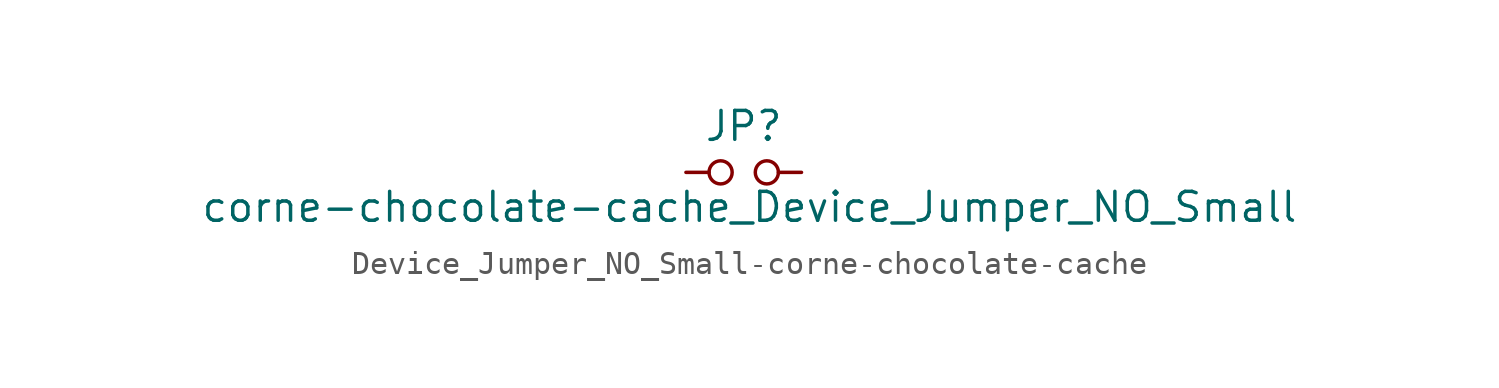
<source format=kicad_sym>
(kicad_symbol_lib
  (version 20220914)
  (generator kicad_symbol_editor)
  (symbol "Device_Jumper_NO_Small-corne-chocolate-cache"
    (pin_numbers hide)
    (pin_names
      (offset 0.762) hide)
    (property "Reference" "JP"
      (at 0 2.032 0)
      (effects (font (size 1.27 1.27))))
    (property "Value" "corne-chocolate-cache_Device_Jumper_NO_Small"
      (at 0.254 -1.524 0)
      (effects (font (size 1.27 1.27))))
    (symbol "Device_Jumper_NO_Small-corne-chocolate-cache_0_1"
      (circle (center -1.016 0) (radius 0.508) (stroke (width 0) (type solid)) (fill (type none)))
      (circle (center 1.016 0) (radius 0.508) (stroke (width 0) (type solid)) (fill (type none)))
      (pin passive line (at -2.54 0 0) (length 1.016) (name "1" (effects (font (size 1.27 1.27)))) (number "1" (effects (font (size 1.27 1.27)))))
      (pin passive line (at 2.54 0 180) (length 1.016) (name "2" (effects (font (size 1.27 1.27)))) (number "2" (effects (font (size 1.27 1.27))))))))
</source>
